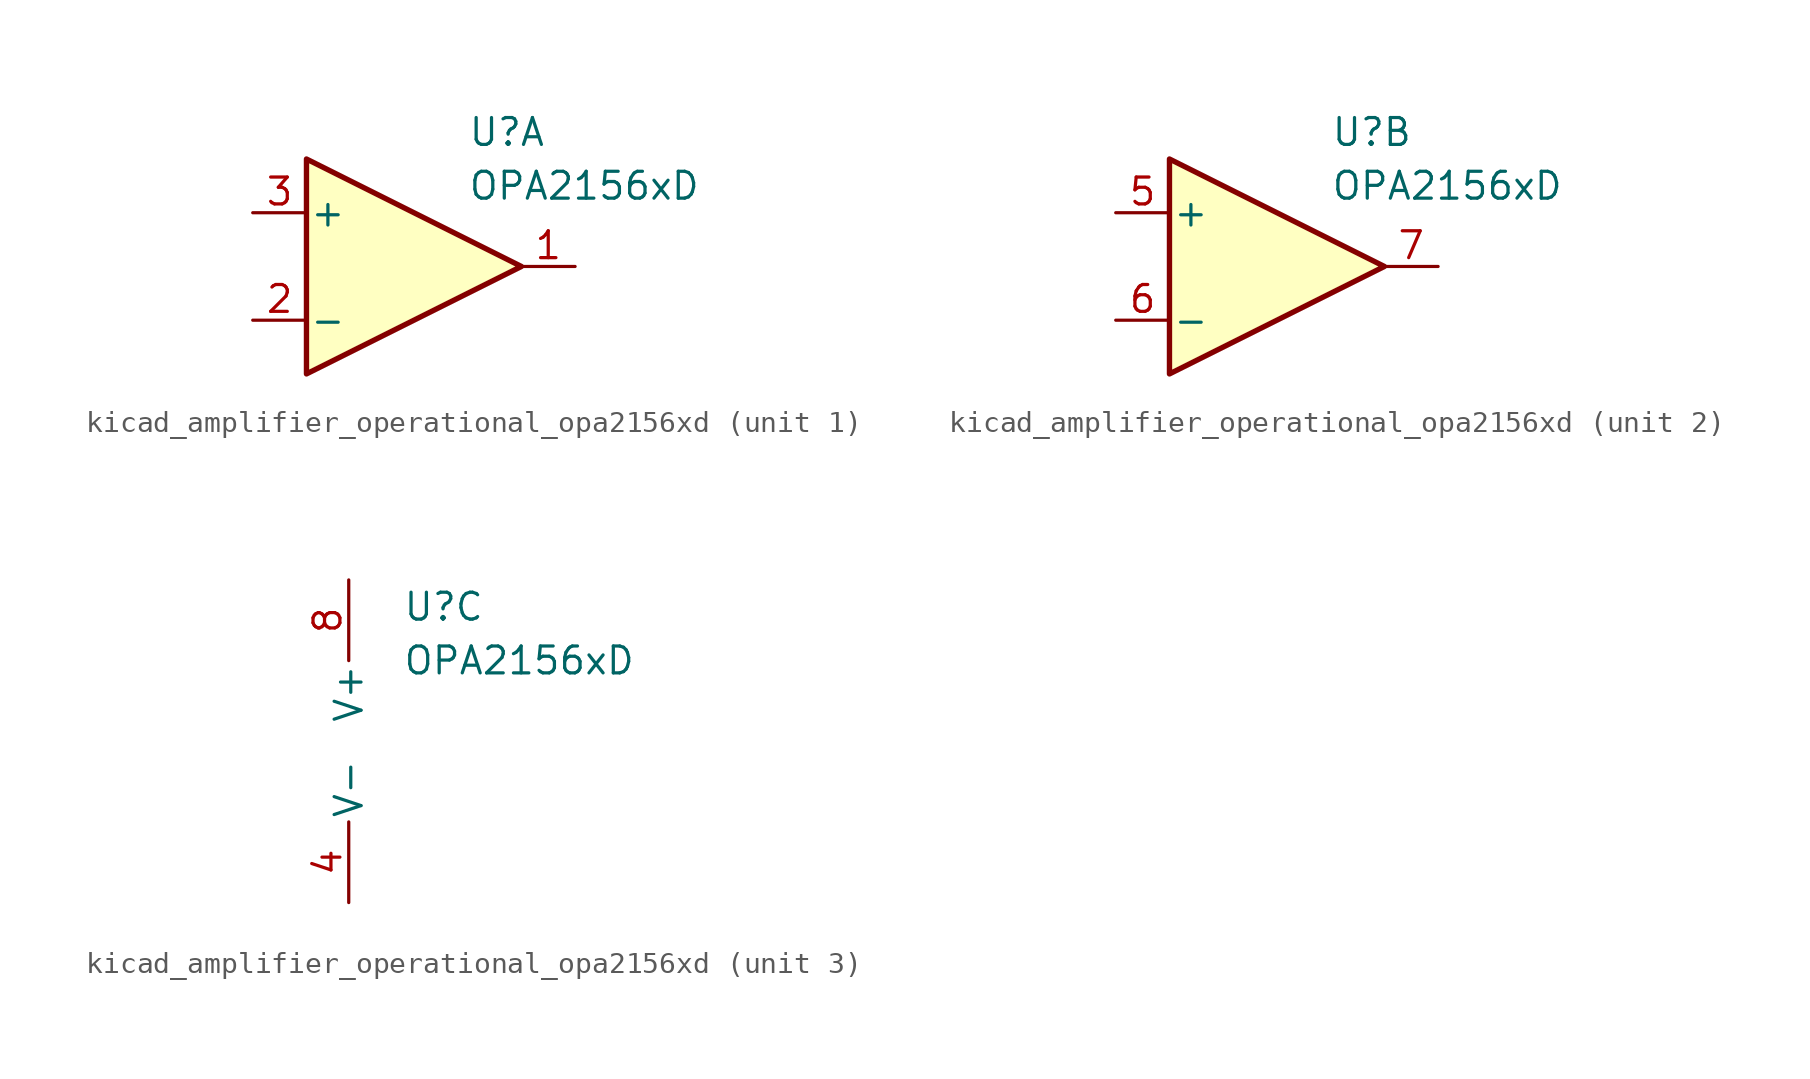
<source format=kicad_sym>
(kicad_symbol_lib
  (version 20220914)
  (generator kicad_symbol_editor)
  (symbol "kicad_amplifier_operational_opa2156xd"
    (pin_names
      (offset 0.127))
    (property "Reference" "U"
      (at 2.54 6.35 0)
      (effects (font (size 1.27 1.27)) (justify left)))
    (property "Value" "OPA2156xD"
      (at 2.54 3.81 0)
      (effects (font (size 1.27 1.27)) (justify left)))
    (property "ki_locked" ""
      (at 0 0 0)
      (effects (font (size 1.27 1.27))))
    (symbol "kicad_amplifier_operational_opa2156xd_1_1"
      (polyline (pts (xy 5.08 0) (xy -5.08 5.08) (xy -5.08 -5.08) (xy 5.08 0)) (stroke (width 0.254) (type default)) (fill (type background)))
      (pin output line (at 7.62 0 180) (length 2.54) (name "~" (effects (font (size 1.27 1.27)))) (number "1" (effects (font (size 1.27 1.27)))))
      (pin input line (at -7.62 -2.54 0) (length 2.54) (name "-" (effects (font (size 1.27 1.27)))) (number "2" (effects (font (size 1.27 1.27)))))
      (pin input line (at -7.62 2.54 0) (length 2.54) (name "+" (effects (font (size 1.27 1.27)))) (number "3" (effects (font (size 1.27 1.27))))))
    (symbol "kicad_amplifier_operational_opa2156xd_2_1"
      (polyline (pts (xy 5.08 0) (xy -5.08 5.08) (xy -5.08 -5.08) (xy 5.08 0)) (stroke (width 0.254) (type default)) (fill (type background)))
      (pin input line (at -7.62 2.54 0) (length 2.54) (name "+" (effects (font (size 1.27 1.27)))) (number "5" (effects (font (size 1.27 1.27)))))
      (pin input line (at -7.62 -2.54 0) (length 2.54) (name "-" (effects (font (size 1.27 1.27)))) (number "6" (effects (font (size 1.27 1.27)))))
      (pin output line (at 7.62 0 180) (length 2.54) (name "~" (effects (font (size 1.27 1.27)))) (number "7" (effects (font (size 1.27 1.27))))))
    (symbol "kicad_amplifier_operational_opa2156xd_3_1"
      (pin power_in line (at 0 -7.62 90) (length 3.81) (name "V-" (effects (font (size 1.27 1.27)))) (number "4" (effects (font (size 1.27 1.27)))))
      (pin power_in line (at 0 7.62 270) (length 3.81) (name "V+" (effects (font (size 1.27 1.27)))) (number "8" (effects (font (size 1.27 1.27))))))))
</source>
